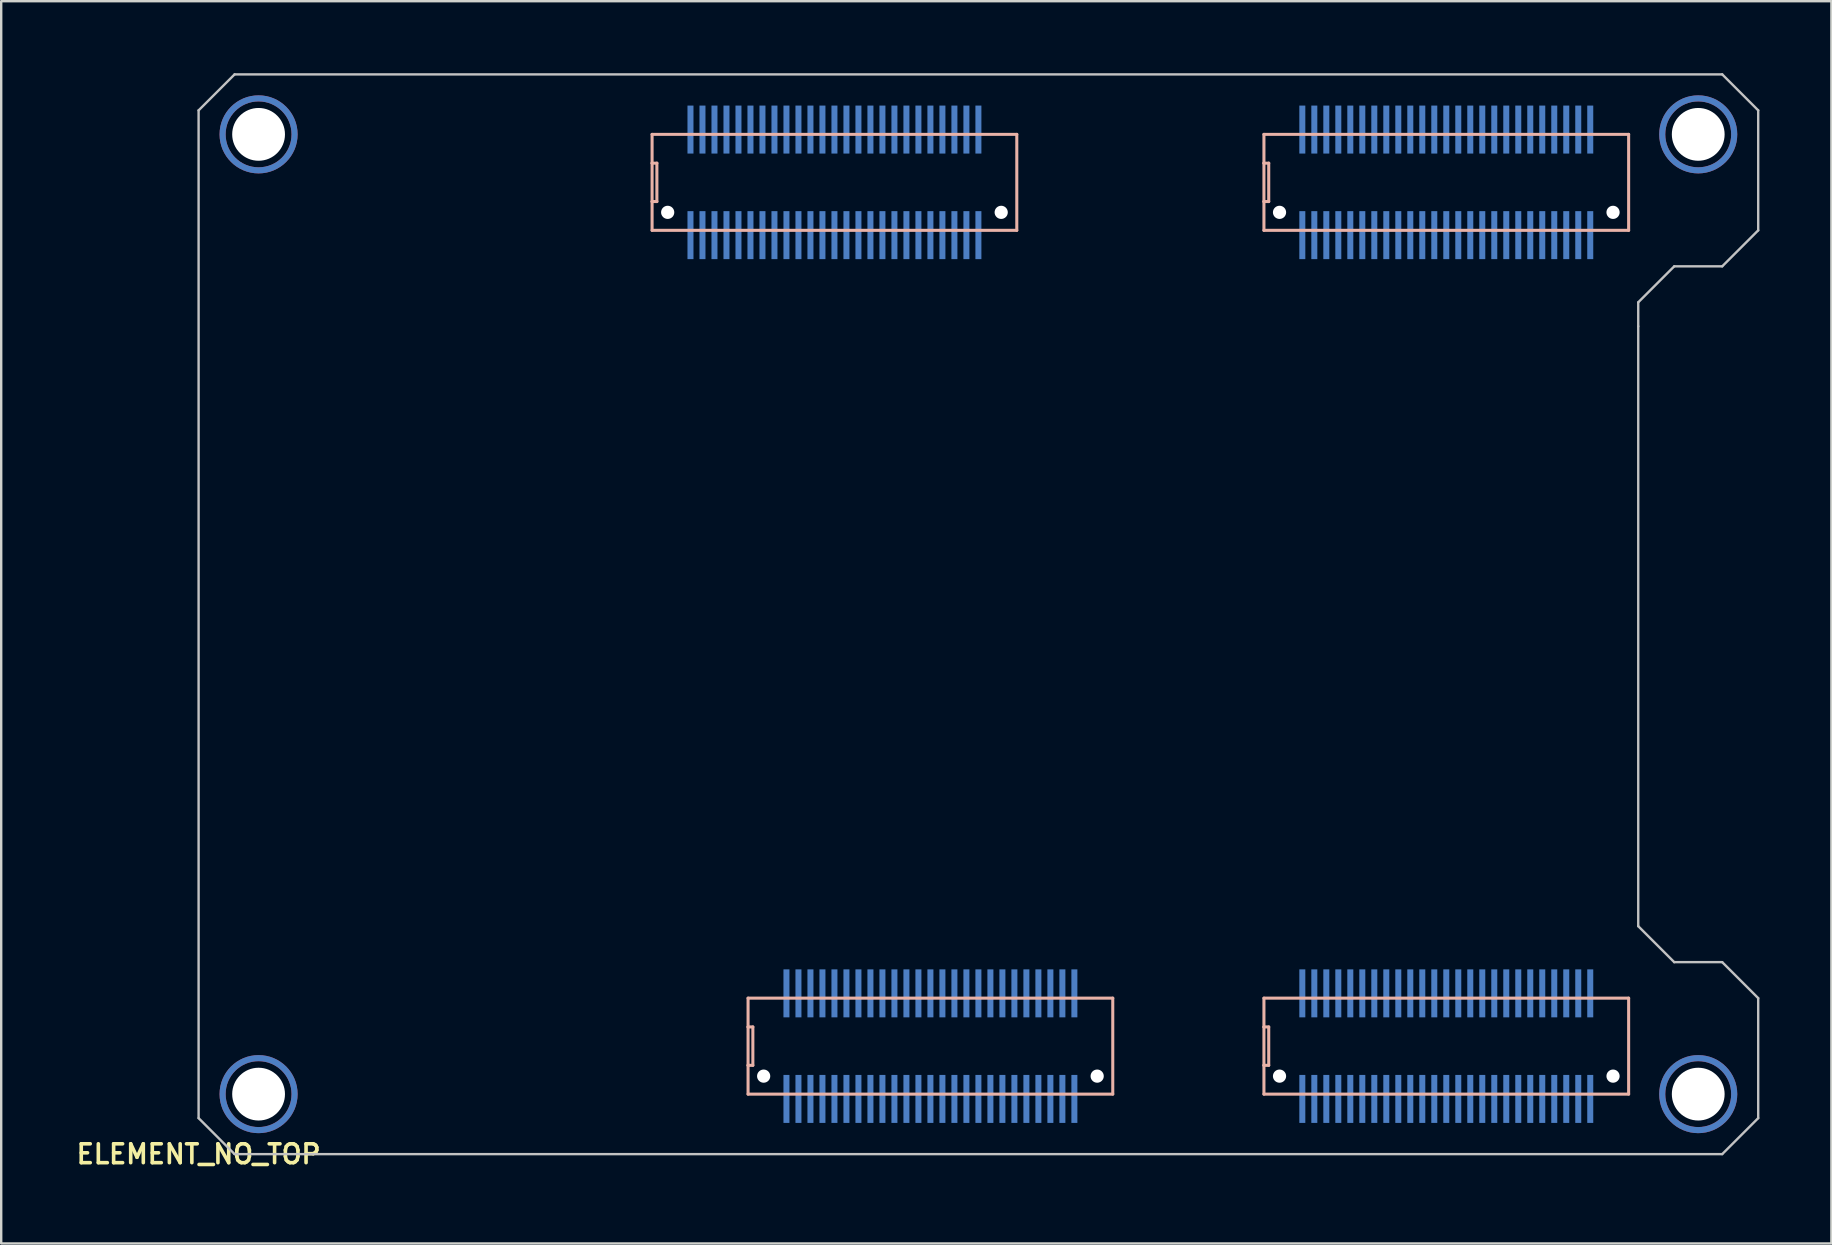
<source format=kicad_pcb>
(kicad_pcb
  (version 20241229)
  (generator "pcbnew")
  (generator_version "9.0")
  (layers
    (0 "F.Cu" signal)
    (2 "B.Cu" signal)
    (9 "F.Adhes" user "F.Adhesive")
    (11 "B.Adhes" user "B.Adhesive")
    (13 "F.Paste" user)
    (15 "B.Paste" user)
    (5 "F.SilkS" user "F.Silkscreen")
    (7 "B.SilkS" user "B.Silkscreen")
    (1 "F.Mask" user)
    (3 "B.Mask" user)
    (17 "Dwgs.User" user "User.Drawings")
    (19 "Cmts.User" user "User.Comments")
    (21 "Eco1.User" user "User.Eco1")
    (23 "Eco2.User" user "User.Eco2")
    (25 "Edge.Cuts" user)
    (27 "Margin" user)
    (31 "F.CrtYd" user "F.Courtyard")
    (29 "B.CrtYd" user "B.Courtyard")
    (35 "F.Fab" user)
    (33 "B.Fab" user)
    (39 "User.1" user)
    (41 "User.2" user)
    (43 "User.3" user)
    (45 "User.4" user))
  (footprint "ELEMENT_NO_TOP"
    (layer "F.Cu")
    (at 5.227 45.05)
    (property "Reference" "ELEMENT_NO_TOP" (at 0 0 0) (layer "F.SilkS") (effects (font (size 0.787 0.787) (thickness 0.15))))
    (attr smd)
    (fp_circle (center 2.5 -42.5) (end 4 -42.5) (stroke (width 0.254) (type solid)) (fill no) (layer "F.Cu"))
    (fp_circle (center 2.5 -2.5) (end 4 -2.5) (stroke (width 0.254) (type solid)) (fill no) (layer "F.Cu"))
    (fp_circle (center 62.5 -42.5) (end 64 -42.5) (stroke (width 0.254) (type solid)) (fill no) (layer "F.Cu"))
    (fp_circle (center 62.5 -2.5) (end 64 -2.5) (stroke (width 0.254) (type solid)) (fill no) (layer "F.Cu"))
    (fp_circle (center 2.5 -42.5) (end 4 -42.5) (stroke (width 0.254) (type solid)) (fill no) (layer "F.Mask"))
    (fp_circle (center 2.5 -2.5) (end 4 -2.5) (stroke (width 0.254) (type solid)) (fill no) (layer "F.Mask"))
    (fp_circle (center 62.5 -42.5) (end 64 -42.5) (stroke (width 0.254) (type solid)) (fill no) (layer "F.Mask"))
    (fp_circle (center 62.5 -2.5) (end 64 -2.5) (stroke (width 0.254) (type solid)) (fill no) (layer "F.Mask"))
    (fp_circle (center 2.5 -42.5) (end 4 -42.5) (stroke (width 0.254) (type solid)) (fill no) (layer "B.Cu"))
    (fp_circle (center 2.5 -2.5) (end 4 -2.5) (stroke (width 0.254) (type solid)) (fill no) (layer "B.Cu"))
    (fp_circle (center 62.5 -42.5) (end 64 -42.5) (stroke (width 0.254) (type solid)) (fill no) (layer "B.Cu"))
    (fp_circle (center 62.5 -2.5) (end 64 -2.5) (stroke (width 0.254) (type solid)) (fill no) (layer "B.Cu"))
    (fp_circle (center 2.5 -42.5) (end 4 -42.5) (stroke (width 0.254) (type solid)) (fill no) (layer "B.Mask"))
    (fp_circle (center 2.5 -2.5) (end 4 -2.5) (stroke (width 0.254) (type solid)) (fill no) (layer "B.Mask"))
    (fp_circle (center 62.5 -42.5) (end 64 -42.5) (stroke (width 0.254) (type solid)) (fill no) (layer "B.Mask"))
    (fp_circle (center 62.5 -2.5) (end 64 -2.5) (stroke (width 0.254) (type solid)) (fill no) (layer "B.Mask"))
    (fp_line (start 18.9 -42.5) (end 18.9 -41.3) (stroke (width 0.127) (type solid)) (layer "B.SilkS"))
    (fp_line (start 18.9 -41.3) (end 18.9 -39.7) (stroke (width 0.127) (type solid)) (layer "B.SilkS"))
    (fp_line (start 18.9 -41.3) (end 19.1 -41.3) (stroke (width 0.127) (type solid)) (layer "B.SilkS"))
    (fp_line (start 18.9 -39.7) (end 18.9 -38.5) (stroke (width 0.127) (type solid)) (layer "B.SilkS"))
    (fp_line (start 18.9 -38.5) (end 34.1 -38.5) (stroke (width 0.127) (type solid)) (layer "B.SilkS"))
    (fp_line (start 19.1 -41.3) (end 19.1 -39.7) (stroke (width 0.127) (type solid)) (layer "B.SilkS"))
    (fp_line (start 19.1 -39.7) (end 18.9 -39.7) (stroke (width 0.127) (type solid)) (layer "B.SilkS"))
    (fp_line (start 22.9 -6.5) (end 22.9 -5.3) (stroke (width 0.127) (type solid)) (layer "B.SilkS"))
    (fp_line (start 22.9 -5.3) (end 22.9 -3.7) (stroke (width 0.127) (type solid)) (layer "B.SilkS"))
    (fp_line (start 22.9 -5.3) (end 23.1 -5.3) (stroke (width 0.127) (type solid)) (layer "B.SilkS"))
    (fp_line (start 22.9 -3.7) (end 22.9 -2.5) (stroke (width 0.127) (type solid)) (layer "B.SilkS"))
    (fp_line (start 22.9 -2.5) (end 38.1 -2.5) (stroke (width 0.127) (type solid)) (layer "B.SilkS"))
    (fp_line (start 23.1 -5.3) (end 23.1 -3.7) (stroke (width 0.127) (type solid)) (layer "B.SilkS"))
    (fp_line (start 23.1 -3.7) (end 22.9 -3.7) (stroke (width 0.127) (type solid)) (layer "B.SilkS"))
    (fp_line (start 34.1 -42.5) (end 18.9 -42.5) (stroke (width 0.127) (type solid)) (layer "B.SilkS"))
    (fp_line (start 34.1 -38.5) (end 34.1 -42.5) (stroke (width 0.127) (type solid)) (layer "B.SilkS"))
    (fp_line (start 38.1 -6.5) (end 22.9 -6.5) (stroke (width 0.127) (type solid)) (layer "B.SilkS"))
    (fp_line (start 38.1 -2.5) (end 38.1 -6.5) (stroke (width 0.127) (type solid)) (layer "B.SilkS"))
    (fp_line (start 44.4 -42.5) (end 44.4 -41.3) (stroke (width 0.127) (type solid)) (layer "B.SilkS"))
    (fp_line (start 44.4 -41.3) (end 44.4 -39.7) (stroke (width 0.127) (type solid)) (layer "B.SilkS"))
    (fp_line (start 44.4 -41.3) (end 44.6 -41.3) (stroke (width 0.127) (type solid)) (layer "B.SilkS"))
    (fp_line (start 44.4 -39.7) (end 44.4 -38.5) (stroke (width 0.127) (type solid)) (layer "B.SilkS"))
    (fp_line (start 44.4 -38.5) (end 59.6 -38.5) (stroke (width 0.127) (type solid)) (layer "B.SilkS"))
    (fp_line (start 44.4 -6.5) (end 44.4 -5.3) (stroke (width 0.127) (type solid)) (layer "B.SilkS"))
    (fp_line (start 44.4 -5.3) (end 44.4 -3.7) (stroke (width 0.127) (type solid)) (layer "B.SilkS"))
    (fp_line (start 44.4 -5.3) (end 44.6 -5.3) (stroke (width 0.127) (type solid)) (layer "B.SilkS"))
    (fp_line (start 44.4 -3.7) (end 44.4 -2.5) (stroke (width 0.127) (type solid)) (layer "B.SilkS"))
    (fp_line (start 44.4 -2.5) (end 59.6 -2.5) (stroke (width 0.127) (type solid)) (layer "B.SilkS"))
    (fp_line (start 44.6 -41.3) (end 44.6 -39.7) (stroke (width 0.127) (type solid)) (layer "B.SilkS"))
    (fp_line (start 44.6 -39.7) (end 44.4 -39.7) (stroke (width 0.127) (type solid)) (layer "B.SilkS"))
    (fp_line (start 44.6 -5.3) (end 44.6 -3.7) (stroke (width 0.127) (type solid)) (layer "B.SilkS"))
    (fp_line (start 44.6 -3.7) (end 44.4 -3.7) (stroke (width 0.127) (type solid)) (layer "B.SilkS"))
    (fp_line (start 59.6 -42.5) (end 44.4 -42.5) (stroke (width 0.127) (type solid)) (layer "B.SilkS"))
    (fp_line (start 59.6 -38.5) (end 59.6 -42.5) (stroke (width 0.127) (type solid)) (layer "B.SilkS"))
    (fp_line (start 59.6 -6.5) (end 44.4 -6.5) (stroke (width 0.127) (type solid)) (layer "B.SilkS"))
    (fp_line (start 59.6 -2.5) (end 59.6 -6.5) (stroke (width 0.127) (type solid)) (layer "B.SilkS"))
    (fp_line (start 0 -43.5) (end 0 -1.5) (stroke (width 0.1) (type solid)) (layer "Dwgs.User"))
    (fp_line (start 0 -1.5) (end 1.5 0) (stroke (width 0.1) (type solid)) (layer "Dwgs.User"))
    (fp_line (start 1.5 -45) (end 0 -43.5) (stroke (width 0.1) (type solid)) (layer "Dwgs.User"))
    (fp_line (start 1.5 0) (end 63.5 0) (stroke (width 0.1) (type solid)) (layer "Dwgs.User"))
    (fp_line (start 60 -35.5) (end 61.5 -37) (stroke (width 0.1) (type solid)) (layer "Dwgs.User"))
    (fp_line (start 60 -34.5) (end 60 -35.5) (stroke (width 0.1) (type solid)) (layer "Dwgs.User"))
    (fp_line (start 60 -9.5) (end 60 -34.5) (stroke (width 0.1) (type solid)) (layer "Dwgs.User"))
    (fp_line (start 61.5 -37) (end 63.5 -37) (stroke (width 0.1) (type solid)) (layer "Dwgs.User"))
    (fp_line (start 61.5 -8) (end 60 -9.5) (stroke (width 0.1) (type solid)) (layer "Dwgs.User"))
    (fp_line (start 63.5 -45) (end 1.5 -45) (stroke (width 0.1) (type solid)) (layer "Dwgs.User"))
    (fp_line (start 63.5 -37) (end 65 -38.5) (stroke (width 0.1) (type solid)) (layer "Dwgs.User"))
    (fp_line (start 63.5 -8) (end 61.5 -8) (stroke (width 0.1) (type solid)) (layer "Dwgs.User"))
    (fp_line (start 63.5 0) (end 65 -1.5) (stroke (width 0.1) (type solid)) (layer "Dwgs.User"))
    (fp_line (start 65 -43.5) (end 63.5 -45) (stroke (width 0.1) (type solid)) (layer "Dwgs.User"))
    (fp_line (start 65 -38.5) (end 65 -43.5) (stroke (width 0.1) (type solid)) (layer "Dwgs.User"))
    (fp_line (start 65 -6.5) (end 63.5 -8) (stroke (width 0.1) (type solid)) (layer "Dwgs.User"))
    (fp_line (start 65 -1.5) (end 65 -6.5) (stroke (width 0.1) (type solid)) (layer "Dwgs.User"))
    (pad "" np_thru_hole circle (at 2.5 -42.5) (size 2.2 2.2) (drill 2.2) (layers "*.Cu" "*.Mask"))
    (pad "" np_thru_hole circle (at 2.5 -2.5) (size 2.2 2.2) (drill 2.2) (layers "*.Cu" "*.Mask"))
    (pad "" np_thru_hole circle (at 19.55 -39.25) (size 0.55 0.55) (drill 0.55) (layers "*.Cu" "*.Mask"))
    (pad "" np_thru_hole circle (at 23.55 -3.25) (size 0.55 0.55) (drill 0.55) (layers "*.Cu" "*.Mask"))
    (pad "" np_thru_hole circle (at 33.45 -39.25) (size 0.55 0.55) (drill 0.55) (layers "*.Cu" "*.Mask"))
    (pad "" np_thru_hole circle (at 37.45 -3.25) (size 0.55 0.55) (drill 0.55) (layers "*.Cu" "*.Mask"))
    (pad "" np_thru_hole circle (at 45.05 -39.25) (size 0.55 0.55) (drill 0.55) (layers "*.Cu" "*.Mask"))
    (pad "" np_thru_hole circle (at 45.05 -3.25) (size 0.55 0.55) (drill 0.55) (layers "*.Cu" "*.Mask"))
    (pad "" np_thru_hole circle (at 58.95 -39.25) (size 0.55 0.55) (drill 0.55) (layers "*.Cu" "*.Mask"))
    (pad "" np_thru_hole circle (at 58.95 -3.25) (size 0.55 0.55) (drill 0.55) (layers "*.Cu" "*.Mask"))
    (pad "" np_thru_hole circle (at 62.5 -42.5) (size 2.2 2.2) (drill 2.2) (layers "*.Cu" "*.Mask"))
    (pad "" np_thru_hole circle (at 62.5 -2.5) (size 2.2 2.2) (drill 2.2) (layers "*.Cu" "*.Mask"))
    (pad "A_1" smd rect (at 20.5 -38.3 90) (size 2 0.25) (layers "B.Cu" "B.Mask" "B.Paste"))
    (pad "A_2" smd rect (at 21 -38.3 90) (size 2 0.25) (layers "B.Cu" "B.Mask" "B.Paste"))
    (pad "A_3" smd rect (at 21.5 -38.3 90) (size 2 0.25) (layers "B.Cu" "B.Mask" "B.Paste"))
    (pad "A_4" smd rect (at 22 -38.3 90) (size 2 0.25) (layers "B.Cu" "B.Mask" "B.Paste"))
    (pad "A_5" smd rect (at 22.5 -38.3 90) (size 2 0.25) (layers "B.Cu" "B.Mask" "B.Paste"))
    (pad "A_6" smd rect (at 23 -38.3 90) (size 2 0.25) (layers "B.Cu" "B.Mask" "B.Paste"))
    (pad "A_7" smd rect (at 23.5 -38.3 90) (size 2 0.25) (layers "B.Cu" "B.Mask" "B.Paste"))
    (pad "A_8" smd rect (at 24 -38.3 90) (size 2 0.25) (layers "B.Cu" "B.Mask" "B.Paste"))
    (pad "A_9" smd rect (at 24.5 -38.3 90) (size 2 0.25) (layers "B.Cu" "B.Mask" "B.Paste"))
    (pad "A_10" smd rect (at 25 -38.3 90) (size 2 0.25) (layers "B.Cu" "B.Mask" "B.Paste"))
    (pad "A_11" smd rect (at 25.5 -38.3 90) (size 2 0.25) (layers "B.Cu" "B.Mask" "B.Paste"))
    (pad "A_12" smd rect (at 26 -38.3 90) (size 2 0.25) (layers "B.Cu" "B.Mask" "B.Paste"))
    (pad "A_13" smd rect (at 26.5 -38.3 90) (size 2 0.25) (layers "B.Cu" "B.Mask" "B.Paste"))
    (pad "A_14" smd rect (at 27 -38.3 90) (size 2 0.25) (layers "B.Cu" "B.Mask" "B.Paste"))
    (pad "A_15" smd rect (at 27.5 -38.3 90) (size 2 0.25) (layers "B.Cu" "B.Mask" "B.Paste"))
    (pad "A_16" smd rect (at 28 -38.3 90) (size 2 0.25) (layers "B.Cu" "B.Mask" "B.Paste"))
    (pad "A_17" smd rect (at 28.5 -38.3 90) (size 2 0.25) (layers "B.Cu" "B.Mask" "B.Paste"))
    (pad "A_18" smd rect (at 29 -38.3 90) (size 2 0.25) (layers "B.Cu" "B.Mask" "B.Paste"))
    (pad "A_19" smd rect (at 29.5 -38.3 90) (size 2 0.25) (layers "B.Cu" "B.Mask" "B.Paste"))
    (pad "A_20" smd rect (at 30 -38.3 90) (size 2 0.25) (layers "B.Cu" "B.Mask" "B.Paste"))
    (pad "A_21" smd rect (at 30.5 -38.3 90) (size 2 0.25) (layers "B.Cu" "B.Mask" "B.Paste"))
    (pad "A_22" smd rect (at 31 -38.3 90) (size 2 0.25) (layers "B.Cu" "B.Mask" "B.Paste"))
    (pad "A_23" smd rect (at 31.5 -38.3 90) (size 2 0.25) (layers "B.Cu" "B.Mask" "B.Paste"))
    (pad "A_24" smd rect (at 32 -38.3 90) (size 2 0.25) (layers "B.Cu" "B.Mask" "B.Paste"))
    (pad "A_25" smd rect (at 32.5 -38.3 90) (size 2 0.25) (layers "B.Cu" "B.Mask" "B.Paste"))
    (pad "A_26" smd rect (at 32.5 -42.7 90) (size 2 0.25) (layers "B.Cu" "B.Mask" "B.Paste"))
    (pad "A_27" smd rect (at 32 -42.7 90) (size 2 0.25) (layers "B.Cu" "B.Mask" "B.Paste"))
    (pad "A_28" smd rect (at 31.5 -42.7 90) (size 2 0.25) (layers "B.Cu" "B.Mask" "B.Paste"))
    (pad "A_29" smd rect (at 31 -42.7 90) (size 2 0.25) (layers "B.Cu" "B.Mask" "B.Paste"))
    (pad "A_30" smd rect (at 30.5 -42.7 90) (size 2 0.25) (layers "B.Cu" "B.Mask" "B.Paste"))
    (pad "A_31" smd rect (at 30 -42.7 90) (size 2 0.25) (layers "B.Cu" "B.Mask" "B.Paste"))
    (pad "A_32" smd rect (at 29.5 -42.7 90) (size 2 0.25) (layers "B.Cu" "B.Mask" "B.Paste"))
    (pad "A_33" smd rect (at 29 -42.7 90) (size 2 0.25) (layers "B.Cu" "B.Mask" "B.Paste"))
    (pad "A_34" smd rect (at 28.5 -42.7 90) (size 2 0.25) (layers "B.Cu" "B.Mask" "B.Paste"))
    (pad "A_35" smd rect (at 28 -42.7 90) (size 2 0.25) (layers "B.Cu" "B.Mask" "B.Paste"))
    (pad "A_36" smd rect (at 27.5 -42.7 90) (size 2 0.25) (layers "B.Cu" "B.Mask" "B.Paste"))
    (pad "A_37" smd rect (at 27 -42.7 90) (size 2 0.25) (layers "B.Cu" "B.Mask" "B.Paste"))
    (pad "A_38" smd rect (at 26.5 -42.7 90) (size 2 0.25) (layers "B.Cu" "B.Mask" "B.Paste"))
    (pad "A_39" smd rect (at 26 -42.7 90) (size 2 0.25) (layers "B.Cu" "B.Mask" "B.Paste"))
    (pad "A_40" smd rect (at 25.5 -42.7 90) (size 2 0.25) (layers "B.Cu" "B.Mask" "B.Paste"))
    (pad "A_41" smd rect (at 25 -42.7 90) (size 2 0.25) (layers "B.Cu" "B.Mask" "B.Paste"))
    (pad "A_42" smd rect (at 24.5 -42.7 90) (size 2 0.25) (layers "B.Cu" "B.Mask" "B.Paste"))
    (pad "A_43" smd rect (at 24 -42.7 90) (size 2 0.25) (layers "B.Cu" "B.Mask" "B.Paste"))
    (pad "A_44" smd rect (at 23.5 -42.7 90) (size 2 0.25) (layers "B.Cu" "B.Mask" "B.Paste"))
    (pad "A_45" smd rect (at 23 -42.7 90) (size 2 0.25) (layers "B.Cu" "B.Mask" "B.Paste"))
    (pad "A_46" smd rect (at 22.5 -42.7 90) (size 2 0.25) (layers "B.Cu" "B.Mask" "B.Paste"))
    (pad "A_47" smd rect (at 22 -42.7 90) (size 2 0.25) (layers "B.Cu" "B.Mask" "B.Paste"))
    (pad "A_48" smd rect (at 21.5 -42.7 90) (size 2 0.25) (layers "B.Cu" "B.Mask" "B.Paste"))
    (pad "A_49" smd rect (at 21 -42.7 90) (size 2 0.25) (layers "B.Cu" "B.Mask" "B.Paste"))
    (pad "A_50" smd rect (at 20.5 -42.7 90) (size 2 0.25) (layers "B.Cu" "B.Mask" "B.Paste"))
    (pad "B_1" smd rect (at 46 -38.3 90) (size 2 0.25) (layers "B.Cu" "B.Mask" "B.Paste"))
    (pad "B_2" smd rect (at 46.5 -38.3 90) (size 2 0.25) (layers "B.Cu" "B.Mask" "B.Paste"))
    (pad "B_3" smd rect (at 47 -38.3 90) (size 2 0.25) (layers "B.Cu" "B.Mask" "B.Paste"))
    (pad "B_4" smd rect (at 47.5 -38.3 90) (size 2 0.25) (layers "B.Cu" "B.Mask" "B.Paste"))
    (pad "B_5" smd rect (at 48 -38.3 90) (size 2 0.25) (layers "B.Cu" "B.Mask" "B.Paste"))
    (pad "B_6" smd rect (at 48.5 -38.3 90) (size 2 0.25) (layers "B.Cu" "B.Mask" "B.Paste"))
    (pad "B_7" smd rect (at 49 -38.3 90) (size 2 0.25) (layers "B.Cu" "B.Mask" "B.Paste"))
    (pad "B_8" smd rect (at 49.5 -38.3 90) (size 2 0.25) (layers "B.Cu" "B.Mask" "B.Paste"))
    (pad "B_9" smd rect (at 50 -38.3 90) (size 2 0.25) (layers "B.Cu" "B.Mask" "B.Paste"))
    (pad "B_10" smd rect (at 50.5 -38.3 90) (size 2 0.25) (layers "B.Cu" "B.Mask" "B.Paste"))
    (pad "B_11" smd rect (at 51 -38.3 90) (size 2 0.25) (layers "B.Cu" "B.Mask" "B.Paste"))
    (pad "B_12" smd rect (at 51.5 -38.3 90) (size 2 0.25) (layers "B.Cu" "B.Mask" "B.Paste"))
    (pad "B_13" smd rect (at 52 -38.3 90) (size 2 0.25) (layers "B.Cu" "B.Mask" "B.Paste"))
    (pad "B_14" smd rect (at 52.5 -38.3 90) (size 2 0.25) (layers "B.Cu" "B.Mask" "B.Paste"))
    (pad "B_15" smd rect (at 53 -38.3 90) (size 2 0.25) (layers "B.Cu" "B.Mask" "B.Paste"))
    (pad "B_16" smd rect (at 53.5 -38.3 90) (size 2 0.25) (layers "B.Cu" "B.Mask" "B.Paste"))
    (pad "B_17" smd rect (at 54 -38.3 90) (size 2 0.25) (layers "B.Cu" "B.Mask" "B.Paste"))
    (pad "B_18" smd rect (at 54.5 -38.3 90) (size 2 0.25) (layers "B.Cu" "B.Mask" "B.Paste"))
    (pad "B_19" smd rect (at 55 -38.3 90) (size 2 0.25) (layers "B.Cu" "B.Mask" "B.Paste"))
    (pad "B_20" smd rect (at 55.5 -38.3 90) (size 2 0.25) (layers "B.Cu" "B.Mask" "B.Paste"))
    (pad "B_21" smd rect (at 56 -38.3 90) (size 2 0.25) (layers "B.Cu" "B.Mask" "B.Paste"))
    (pad "B_22" smd rect (at 56.5 -38.3 90) (size 2 0.25) (layers "B.Cu" "B.Mask" "B.Paste"))
    (pad "B_23" smd rect (at 57 -38.3 90) (size 2 0.25) (layers "B.Cu" "B.Mask" "B.Paste"))
    (pad "B_24" smd rect (at 57.5 -38.3 90) (size 2 0.25) (layers "B.Cu" "B.Mask" "B.Paste"))
    (pad "B_25" smd rect (at 58 -38.3 90) (size 2 0.25) (layers "B.Cu" "B.Mask" "B.Paste"))
    (pad "B_26" smd rect (at 58 -42.7 90) (size 2 0.25) (layers "B.Cu" "B.Mask" "B.Paste"))
    (pad "B_27" smd rect (at 57.5 -42.7 90) (size 2 0.25) (layers "B.Cu" "B.Mask" "B.Paste"))
    (pad "B_28" smd rect (at 57 -42.7 90) (size 2 0.25) (layers "B.Cu" "B.Mask" "B.Paste"))
    (pad "B_29" smd rect (at 56.5 -42.7 90) (size 2 0.25) (layers "B.Cu" "B.Mask" "B.Paste"))
    (pad "B_30" smd rect (at 56 -42.7 90) (size 2 0.25) (layers "B.Cu" "B.Mask" "B.Paste"))
    (pad "B_31" smd rect (at 55.5 -42.7 90) (size 2 0.25) (layers "B.Cu" "B.Mask" "B.Paste"))
    (pad "B_32" smd rect (at 55 -42.7 90) (size 2 0.25) (layers "B.Cu" "B.Mask" "B.Paste"))
    (pad "B_33" smd rect (at 54.5 -42.7 90) (size 2 0.25) (layers "B.Cu" "B.Mask" "B.Paste"))
    (pad "B_34" smd rect (at 54 -42.7 90) (size 2 0.25) (layers "B.Cu" "B.Mask" "B.Paste"))
    (pad "B_35" smd rect (at 53.5 -42.7 90) (size 2 0.25) (layers "B.Cu" "B.Mask" "B.Paste"))
    (pad "B_36" smd rect (at 53 -42.7 90) (size 2 0.25) (layers "B.Cu" "B.Mask" "B.Paste"))
    (pad "B_37" smd rect (at 52.5 -42.7 90) (size 2 0.25) (layers "B.Cu" "B.Mask" "B.Paste"))
    (pad "B_38" smd rect (at 52 -42.7 90) (size 2 0.25) (layers "B.Cu" "B.Mask" "B.Paste"))
    (pad "B_39" smd rect (at 51.5 -42.7 90) (size 2 0.25) (layers "B.Cu" "B.Mask" "B.Paste"))
    (pad "B_40" smd rect (at 51 -42.7 90) (size 2 0.25) (layers "B.Cu" "B.Mask" "B.Paste"))
    (pad "B_41" smd rect (at 50.5 -42.7 90) (size 2 0.25) (layers "B.Cu" "B.Mask" "B.Paste"))
    (pad "B_42" smd rect (at 50 -42.7 90) (size 2 0.25) (layers "B.Cu" "B.Mask" "B.Paste"))
    (pad "B_43" smd rect (at 49.5 -42.7 90) (size 2 0.25) (layers "B.Cu" "B.Mask" "B.Paste"))
    (pad "B_44" smd rect (at 49 -42.7 90) (size 2 0.25) (layers "B.Cu" "B.Mask" "B.Paste"))
    (pad "B_45" smd rect (at 48.5 -42.7 90) (size 2 0.25) (layers "B.Cu" "B.Mask" "B.Paste"))
    (pad "B_46" smd rect (at 48 -42.7 90) (size 2 0.25) (layers "B.Cu" "B.Mask" "B.Paste"))
    (pad "B_47" smd rect (at 47.5 -42.7 90) (size 2 0.25) (layers "B.Cu" "B.Mask" "B.Paste"))
    (pad "B_48" smd rect (at 47 -42.7 90) (size 2 0.25) (layers "B.Cu" "B.Mask" "B.Paste"))
    (pad "B_49" smd rect (at 46.5 -42.7 90) (size 2 0.25) (layers "B.Cu" "B.Mask" "B.Paste"))
    (pad "B_50" smd rect (at 46 -42.7 90) (size 2 0.25) (layers "B.Cu" "B.Mask" "B.Paste"))
    (pad "C_1" smd rect (at 24.5 -2.3 90) (size 2 0.25) (layers "B.Cu" "B.Mask" "B.Paste"))
    (pad "C_2" smd rect (at 25 -2.3 90) (size 2 0.25) (layers "B.Cu" "B.Mask" "B.Paste"))
    (pad "C_3" smd rect (at 25.5 -2.3 90) (size 2 0.25) (layers "B.Cu" "B.Mask" "B.Paste"))
    (pad "C_4" smd rect (at 26 -2.3 90) (size 2 0.25) (layers "B.Cu" "B.Mask" "B.Paste"))
    (pad "C_5" smd rect (at 26.5 -2.3 90) (size 2 0.25) (layers "B.Cu" "B.Mask" "B.Paste"))
    (pad "C_6" smd rect (at 27 -2.3 90) (size 2 0.25) (layers "B.Cu" "B.Mask" "B.Paste"))
    (pad "C_7" smd rect (at 27.5 -2.3 90) (size 2 0.25) (layers "B.Cu" "B.Mask" "B.Paste"))
    (pad "C_8" smd rect (at 28 -2.3 90) (size 2 0.25) (layers "B.Cu" "B.Mask" "B.Paste"))
    (pad "C_9" smd rect (at 28.5 -2.3 90) (size 2 0.25) (layers "B.Cu" "B.Mask" "B.Paste"))
    (pad "C_10" smd rect (at 29 -2.3 90) (size 2 0.25) (layers "B.Cu" "B.Mask" "B.Paste"))
    (pad "C_11" smd rect (at 29.5 -2.3 90) (size 2 0.25) (layers "B.Cu" "B.Mask" "B.Paste"))
    (pad "C_12" smd rect (at 30 -2.3 90) (size 2 0.25) (layers "B.Cu" "B.Mask" "B.Paste"))
    (pad "C_13" smd rect (at 30.5 -2.3 90) (size 2 0.25) (layers "B.Cu" "B.Mask" "B.Paste"))
    (pad "C_14" smd rect (at 31 -2.3 90) (size 2 0.25) (layers "B.Cu" "B.Mask" "B.Paste"))
    (pad "C_15" smd rect (at 31.5 -2.3 90) (size 2 0.25) (layers "B.Cu" "B.Mask" "B.Paste"))
    (pad "C_16" smd rect (at 32 -2.3 90) (size 2 0.25) (layers "B.Cu" "B.Mask" "B.Paste"))
    (pad "C_17" smd rect (at 32.5 -2.3 90) (size 2 0.25) (layers "B.Cu" "B.Mask" "B.Paste"))
    (pad "C_18" smd rect (at 33 -2.3 90) (size 2 0.25) (layers "B.Cu" "B.Mask" "B.Paste"))
    (pad "C_19" smd rect (at 33.5 -2.3 90) (size 2 0.25) (layers "B.Cu" "B.Mask" "B.Paste"))
    (pad "C_20" smd rect (at 34 -2.3 90) (size 2 0.25) (layers "B.Cu" "B.Mask" "B.Paste"))
    (pad "C_21" smd rect (at 34.5 -2.3 90) (size 2 0.25) (layers "B.Cu" "B.Mask" "B.Paste"))
    (pad "C_22" smd rect (at 35 -2.3 90) (size 2 0.25) (layers "B.Cu" "B.Mask" "B.Paste"))
    (pad "C_23" smd rect (at 35.5 -2.3 90) (size 2 0.25) (layers "B.Cu" "B.Mask" "B.Paste"))
    (pad "C_24" smd rect (at 36 -2.3 90) (size 2 0.25) (layers "B.Cu" "B.Mask" "B.Paste"))
    (pad "C_25" smd rect (at 36.5 -2.3 90) (size 2 0.25) (layers "B.Cu" "B.Mask" "B.Paste"))
    (pad "C_26" smd rect (at 36.5 -6.7 90) (size 2 0.25) (layers "B.Cu" "B.Mask" "B.Paste"))
    (pad "C_27" smd rect (at 36 -6.7 90) (size 2 0.25) (layers "B.Cu" "B.Mask" "B.Paste"))
    (pad "C_28" smd rect (at 35.5 -6.7 90) (size 2 0.25) (layers "B.Cu" "B.Mask" "B.Paste"))
    (pad "C_29" smd rect (at 35 -6.7 90) (size 2 0.25) (layers "B.Cu" "B.Mask" "B.Paste"))
    (pad "C_30" smd rect (at 34.5 -6.7 90) (size 2 0.25) (layers "B.Cu" "B.Mask" "B.Paste"))
    (pad "C_31" smd rect (at 34 -6.7 90) (size 2 0.25) (layers "B.Cu" "B.Mask" "B.Paste"))
    (pad "C_32" smd rect (at 33.5 -6.7 90) (size 2 0.25) (layers "B.Cu" "B.Mask" "B.Paste"))
    (pad "C_33" smd rect (at 33 -6.7 90) (size 2 0.25) (layers "B.Cu" "B.Mask" "B.Paste"))
    (pad "C_34" smd rect (at 32.5 -6.7 90) (size 2 0.25) (layers "B.Cu" "B.Mask" "B.Paste"))
    (pad "C_35" smd rect (at 32 -6.7 90) (size 2 0.25) (layers "B.Cu" "B.Mask" "B.Paste"))
    (pad "C_36" smd rect (at 31.5 -6.7 90) (size 2 0.25) (layers "B.Cu" "B.Mask" "B.Paste"))
    (pad "C_37" smd rect (at 31 -6.7 90) (size 2 0.25) (layers "B.Cu" "B.Mask" "B.Paste"))
    (pad "C_38" smd rect (at 30.5 -6.7 90) (size 2 0.25) (layers "B.Cu" "B.Mask" "B.Paste"))
    (pad "C_39" smd rect (at 30 -6.7 90) (size 2 0.25) (layers "B.Cu" "B.Mask" "B.Paste"))
    (pad "C_40" smd rect (at 29.5 -6.7 90) (size 2 0.25) (layers "B.Cu" "B.Mask" "B.Paste"))
    (pad "C_41" smd rect (at 29 -6.7 90) (size 2 0.25) (layers "B.Cu" "B.Mask" "B.Paste"))
    (pad "C_42" smd rect (at 28.5 -6.7 90) (size 2 0.25) (layers "B.Cu" "B.Mask" "B.Paste"))
    (pad "C_43" smd rect (at 28 -6.7 90) (size 2 0.25) (layers "B.Cu" "B.Mask" "B.Paste"))
    (pad "C_44" smd rect (at 27.5 -6.7 90) (size 2 0.25) (layers "B.Cu" "B.Mask" "B.Paste"))
    (pad "C_45" smd rect (at 27 -6.7 90) (size 2 0.25) (layers "B.Cu" "B.Mask" "B.Paste"))
    (pad "C_46" smd rect (at 26.5 -6.7 90) (size 2 0.25) (layers "B.Cu" "B.Mask" "B.Paste"))
    (pad "C_47" smd rect (at 26 -6.7 90) (size 2 0.25) (layers "B.Cu" "B.Mask" "B.Paste"))
    (pad "C_48" smd rect (at 25.5 -6.7 90) (size 2 0.25) (layers "B.Cu" "B.Mask" "B.Paste"))
    (pad "C_49" smd rect (at 25 -6.7 90) (size 2 0.25) (layers "B.Cu" "B.Mask" "B.Paste"))
    (pad "C_50" smd rect (at 24.5 -6.7 90) (size 2 0.25) (layers "B.Cu" "B.Mask" "B.Paste"))
    (pad "D_1" smd rect (at 46 -2.3 90) (size 2 0.25) (layers "B.Cu" "B.Mask" "B.Paste"))
    (pad "D_2" smd rect (at 46.5 -2.3 90) (size 2 0.25) (layers "B.Cu" "B.Mask" "B.Paste"))
    (pad "D_3" smd rect (at 47 -2.3 90) (size 2 0.25) (layers "B.Cu" "B.Mask" "B.Paste"))
    (pad "D_4" smd rect (at 47.5 -2.3 90) (size 2 0.25) (layers "B.Cu" "B.Mask" "B.Paste"))
    (pad "D_5" smd rect (at 48 -2.3 90) (size 2 0.25) (layers "B.Cu" "B.Mask" "B.Paste"))
    (pad "D_6" smd rect (at 48.5 -2.3 90) (size 2 0.25) (layers "B.Cu" "B.Mask" "B.Paste"))
    (pad "D_7" smd rect (at 49 -2.3 90) (size 2 0.25) (layers "B.Cu" "B.Mask" "B.Paste"))
    (pad "D_8" smd rect (at 49.5 -2.3 90) (size 2 0.25) (layers "B.Cu" "B.Mask" "B.Paste"))
    (pad "D_9" smd rect (at 50 -2.3 90) (size 2 0.25) (layers "B.Cu" "B.Mask" "B.Paste"))
    (pad "D_10" smd rect (at 50.5 -2.3 90) (size 2 0.25) (layers "B.Cu" "B.Mask" "B.Paste"))
    (pad "D_11" smd rect (at 51 -2.3 90) (size 2 0.25) (layers "B.Cu" "B.Mask" "B.Paste"))
    (pad "D_12" smd rect (at 51.5 -2.3 90) (size 2 0.25) (layers "B.Cu" "B.Mask" "B.Paste"))
    (pad "D_13" smd rect (at 52 -2.3 90) (size 2 0.25) (layers "B.Cu" "B.Mask" "B.Paste"))
    (pad "D_14" smd rect (at 52.5 -2.3 90) (size 2 0.25) (layers "B.Cu" "B.Mask" "B.Paste"))
    (pad "D_15" smd rect (at 53 -2.3 90) (size 2 0.25) (layers "B.Cu" "B.Mask" "B.Paste"))
    (pad "D_16" smd rect (at 53.5 -2.3 90) (size 2 0.25) (layers "B.Cu" "B.Mask" "B.Paste"))
    (pad "D_17" smd rect (at 54 -2.3 90) (size 2 0.25) (layers "B.Cu" "B.Mask" "B.Paste"))
    (pad "D_18" smd rect (at 54.5 -2.3 90) (size 2 0.25) (layers "B.Cu" "B.Mask" "B.Paste"))
    (pad "D_19" smd rect (at 55 -2.3 90) (size 2 0.25) (layers "B.Cu" "B.Mask" "B.Paste"))
    (pad "D_20" smd rect (at 55.5 -2.3 90) (size 2 0.25) (layers "B.Cu" "B.Mask" "B.Paste"))
    (pad "D_21" smd rect (at 56 -2.3 90) (size 2 0.25) (layers "B.Cu" "B.Mask" "B.Paste"))
    (pad "D_22" smd rect (at 56.5 -2.3 90) (size 2 0.25) (layers "B.Cu" "B.Mask" "B.Paste"))
    (pad "D_23" smd rect (at 57 -2.3 90) (size 2 0.25) (layers "B.Cu" "B.Mask" "B.Paste"))
    (pad "D_24" smd rect (at 57.5 -2.3 90) (size 2 0.25) (layers "B.Cu" "B.Mask" "B.Paste"))
    (pad "D_25" smd rect (at 58 -2.3 90) (size 2 0.25) (layers "B.Cu" "B.Mask" "B.Paste"))
    (pad "D_26" smd rect (at 58 -6.7 90) (size 2 0.25) (layers "B.Cu" "B.Mask" "B.Paste"))
    (pad "D_27" smd rect (at 57.5 -6.7 90) (size 2 0.25) (layers "B.Cu" "B.Mask" "B.Paste"))
    (pad "D_28" smd rect (at 57 -6.7 90) (size 2 0.25) (layers "B.Cu" "B.Mask" "B.Paste"))
    (pad "D_29" smd rect (at 56.5 -6.7 90) (size 2 0.25) (layers "B.Cu" "B.Mask" "B.Paste"))
    (pad "D_30" smd rect (at 56 -6.7 90) (size 2 0.25) (layers "B.Cu" "B.Mask" "B.Paste"))
    (pad "D_31" smd rect (at 55.5 -6.7 90) (size 2 0.25) (layers "B.Cu" "B.Mask" "B.Paste"))
    (pad "D_32" smd rect (at 55 -6.7 90) (size 2 0.25) (layers "B.Cu" "B.Mask" "B.Paste"))
    (pad "D_33" smd rect (at 54.5 -6.7 90) (size 2 0.25) (layers "B.Cu" "B.Mask" "B.Paste"))
    (pad "D_34" smd rect (at 54 -6.7 90) (size 2 0.25) (layers "B.Cu" "B.Mask" "B.Paste"))
    (pad "D_35" smd rect (at 53.5 -6.7 90) (size 2 0.25) (layers "B.Cu" "B.Mask" "B.Paste"))
    (pad "D_36" smd rect (at 53 -6.7 90) (size 2 0.25) (layers "B.Cu" "B.Mask" "B.Paste"))
    (pad "D_37" smd rect (at 52.5 -6.7 90) (size 2 0.25) (layers "B.Cu" "B.Mask" "B.Paste"))
    (pad "D_38" smd rect (at 52 -6.7 90) (size 2 0.25) (layers "B.Cu" "B.Mask" "B.Paste"))
    (pad "D_39" smd rect (at 51.5 -6.7 90) (size 2 0.25) (layers "B.Cu" "B.Mask" "B.Paste"))
    (pad "D_40" smd rect (at 51 -6.7 90) (size 2 0.25) (layers "B.Cu" "B.Mask" "B.Paste"))
    (pad "D_41" smd rect (at 50.5 -6.7 90) (size 2 0.25) (layers "B.Cu" "B.Mask" "B.Paste"))
    (pad "D_42" smd rect (at 50 -6.7 90) (size 2 0.25) (layers "B.Cu" "B.Mask" "B.Paste"))
    (pad "D_43" smd rect (at 49.5 -6.7 90) (size 2 0.25) (layers "B.Cu" "B.Mask" "B.Paste"))
    (pad "D_44" smd rect (at 49 -6.7 90) (size 2 0.25) (layers "B.Cu" "B.Mask" "B.Paste"))
    (pad "D_45" smd rect (at 48.5 -6.7 90) (size 2 0.25) (layers "B.Cu" "B.Mask" "B.Paste"))
    (pad "D_46" smd rect (at 48 -6.7 90) (size 2 0.25) (layers "B.Cu" "B.Mask" "B.Paste"))
    (pad "D_47" smd rect (at 47.5 -6.7 90) (size 2 0.25) (layers "B.Cu" "B.Mask" "B.Paste"))
    (pad "D_48" smd rect (at 47 -6.7 90) (size 2 0.25) (layers "B.Cu" "B.Mask" "B.Paste"))
    (pad "D_49" smd rect (at 46.5 -6.7 90) (size 2 0.25) (layers "B.Cu" "B.Mask" "B.Paste"))
    (pad "D_50" smd rect (at 46 -6.7 90) (size 2 0.25) (layers "B.Cu" "B.Mask" "B.Paste")))
  (gr_rect
    (start -3 -3)
    (end 73.277 48.774)
    (stroke (width 0.1) (type default))
    (fill no)
    (layer "Edge.Cuts")))
</source>
